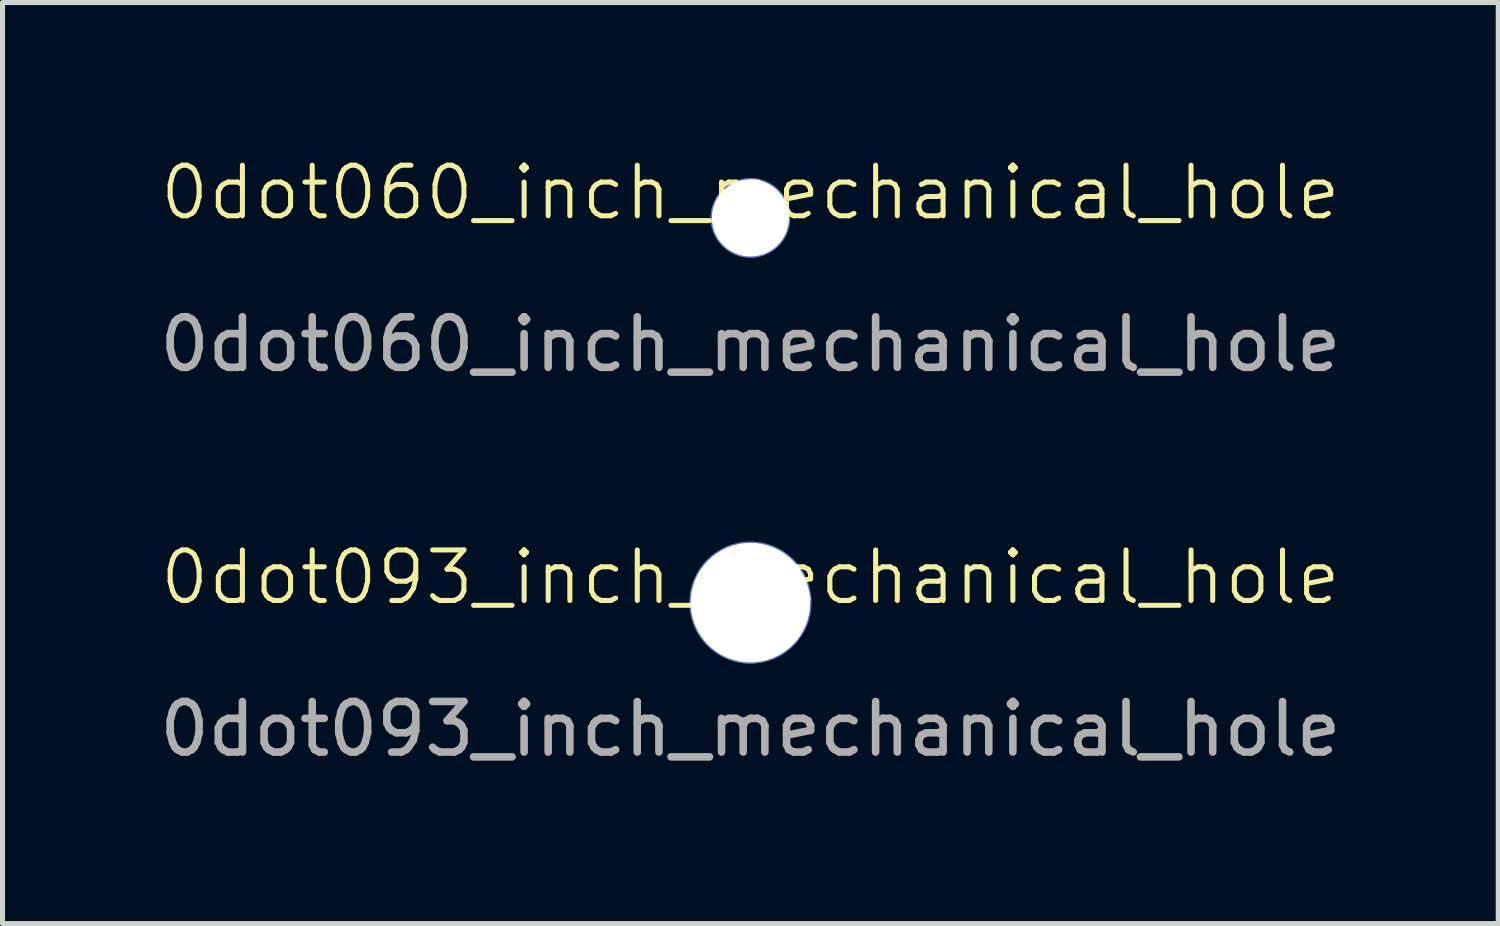
<source format=kicad_pcb>
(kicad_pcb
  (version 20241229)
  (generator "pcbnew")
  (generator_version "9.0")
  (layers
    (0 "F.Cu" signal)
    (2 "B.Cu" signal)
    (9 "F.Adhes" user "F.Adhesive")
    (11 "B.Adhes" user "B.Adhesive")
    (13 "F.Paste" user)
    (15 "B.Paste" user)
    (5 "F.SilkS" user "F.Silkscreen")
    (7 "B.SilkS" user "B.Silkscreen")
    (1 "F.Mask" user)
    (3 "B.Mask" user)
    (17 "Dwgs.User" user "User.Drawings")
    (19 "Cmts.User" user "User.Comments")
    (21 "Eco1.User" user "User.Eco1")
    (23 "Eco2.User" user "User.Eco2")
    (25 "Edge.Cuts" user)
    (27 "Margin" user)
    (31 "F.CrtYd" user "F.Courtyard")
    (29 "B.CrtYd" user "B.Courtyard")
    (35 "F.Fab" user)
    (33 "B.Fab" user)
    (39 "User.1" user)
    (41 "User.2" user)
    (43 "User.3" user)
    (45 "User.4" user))
  (footprint "0dot093_inch_mechanical_hole"
    (layer "F.Cu")
    (at 11.792 8.869)
    (property "Reference" "0dot093_inch_mechanical_hole" (at 0 -0.5 0) (unlocked yes) (layer "F.SilkS") (effects (font (size 1 1) (thickness 0.1))))
    (attr through_hole)
    (fp_text user "${REFERENCE}" (at 0 2.5 0) (unlocked yes) (layer "F.Fab") (effects (font (size 1 1) (thickness 0.15))))
    (pad "" np_thru_hole circle (at 0 0) (size 2.413 2.413) (drill 2.362) (layers "*.Cu" "*.Mask")))
  (footprint "0dot060_inch_mechanical_hole"
    (layer "F.Cu")
    (at 11.792 1.26)
    (property "Reference" "0dot060_inch_mechanical_hole" (at 0 -0.5 0) (unlocked yes) (layer "F.SilkS") (effects (font (size 1 1) (thickness 0.1))))
    (attr through_hole)
    (fp_text user "${REFERENCE}" (at 0 2.5 0) (unlocked yes) (layer "F.Fab") (effects (font (size 1 1) (thickness 0.15))))
    (pad "" np_thru_hole circle (at 0 0) (size 1.575 1.575) (drill 1.524) (layers "*.Cu" "*.Mask")))
  (gr_rect
    (start -3 -3)
    (end 26.583 15.217)
    (stroke (width 0.1) (type default))
    (fill no)
    (layer "Edge.Cuts")))
</source>
